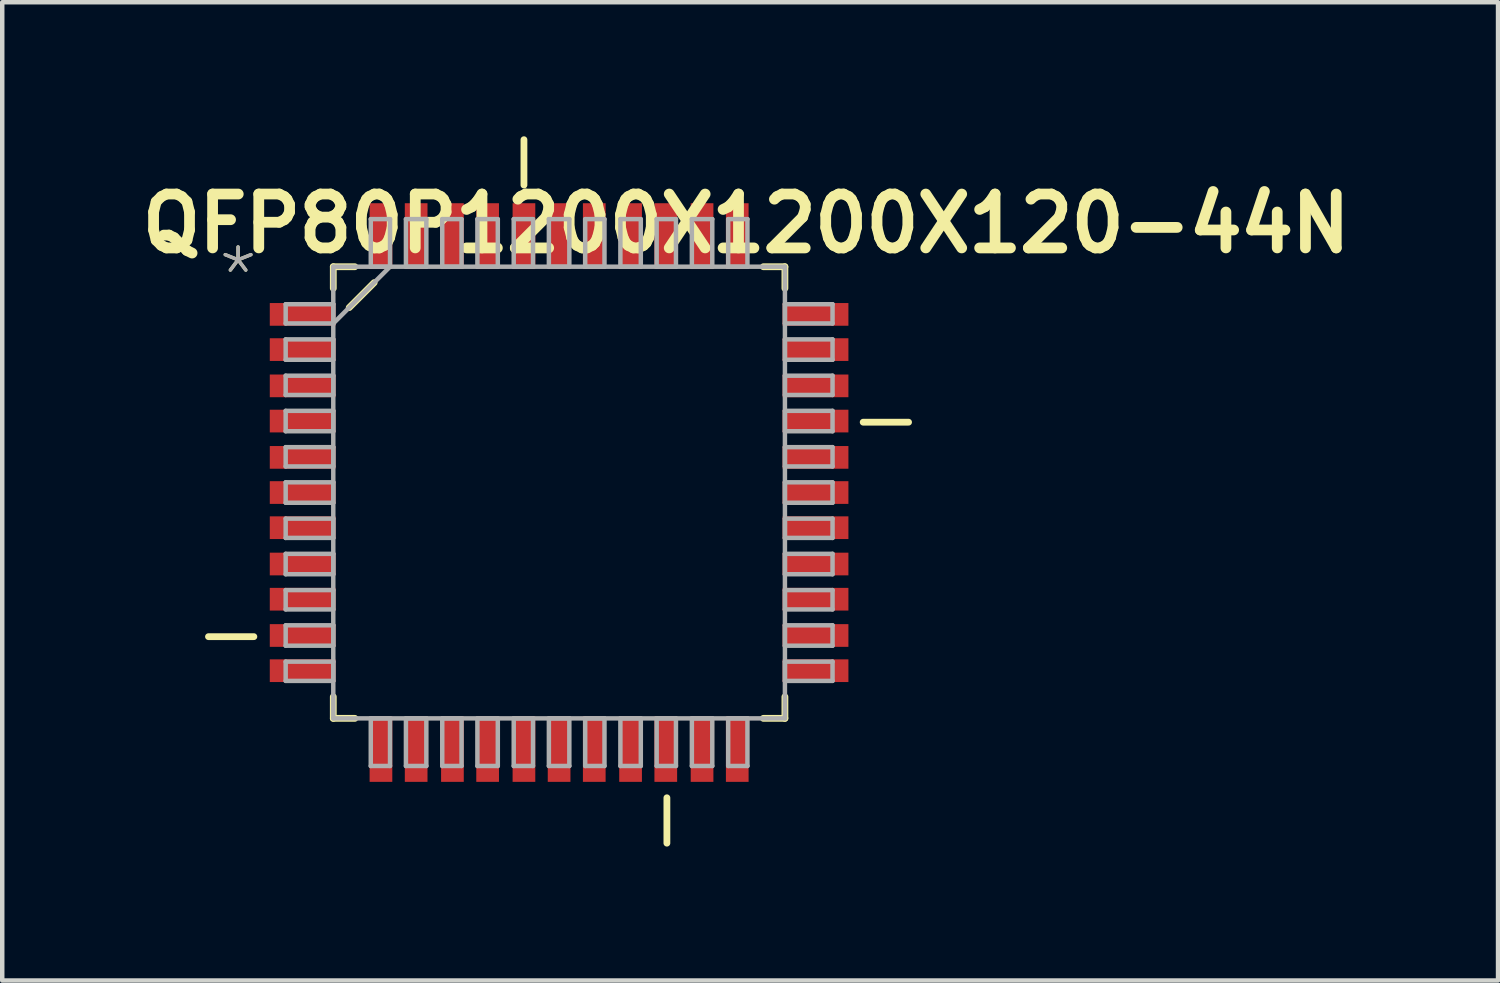
<source format=kicad_pcb>
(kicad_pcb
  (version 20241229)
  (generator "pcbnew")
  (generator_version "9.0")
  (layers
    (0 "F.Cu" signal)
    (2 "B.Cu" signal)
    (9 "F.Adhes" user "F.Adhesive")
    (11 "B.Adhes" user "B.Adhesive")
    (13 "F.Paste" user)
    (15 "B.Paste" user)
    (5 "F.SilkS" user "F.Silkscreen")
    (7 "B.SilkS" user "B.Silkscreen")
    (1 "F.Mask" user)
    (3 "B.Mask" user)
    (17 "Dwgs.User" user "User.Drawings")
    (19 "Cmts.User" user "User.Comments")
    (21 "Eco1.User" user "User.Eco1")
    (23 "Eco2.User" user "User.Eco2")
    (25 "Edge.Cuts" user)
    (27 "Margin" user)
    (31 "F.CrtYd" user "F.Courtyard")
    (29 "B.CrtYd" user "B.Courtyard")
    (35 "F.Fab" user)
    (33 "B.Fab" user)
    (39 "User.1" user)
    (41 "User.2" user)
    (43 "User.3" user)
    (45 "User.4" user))
  (footprint "QFP80P1200X1200X120-44N"
    (layer "F.Cu")
    (at 9.466 7.976)
    (property "Reference" "QFP80P1200X1200X120-44N" (at -9.466 -5.316 0) (layer "F.SilkS") (effects (font (size 1.206 1.206) (thickness 0.241)) (justify left bottom)))
    (attr through_hole)
    (fp_line (start -6.833 3.226) (end -7.849 3.226) (stroke (width 0.152) (type solid)) (layer "F.SilkS"))
    (fp_line (start -5.055 -5.055) (end -5.055 -4.572) (stroke (width 0.152) (type solid)) (layer "F.SilkS"))
    (fp_line (start -5.055 4.572) (end -5.055 5.055) (stroke (width 0.152) (type solid)) (layer "F.SilkS"))
    (fp_line (start -5.055 5.055) (end -4.572 5.055) (stroke (width 0.152) (type solid)) (layer "F.SilkS"))
    (fp_line (start -4.699 -4.14) (end -4.14 -4.699) (stroke (width 0.152) (type solid)) (layer "F.SilkS"))
    (fp_line (start -4.572 -5.055) (end -5.055 -5.055) (stroke (width 0.152) (type solid)) (layer "F.SilkS"))
    (fp_line (start -0.787 -7.899) (end -0.787 -6.883) (stroke (width 0.152) (type solid)) (layer "F.SilkS"))
    (fp_line (start 2.413 6.833) (end 2.413 7.849) (stroke (width 0.152) (type solid)) (layer "F.SilkS"))
    (fp_line (start 4.572 5.055) (end 5.055 5.055) (stroke (width 0.152) (type solid)) (layer "F.SilkS"))
    (fp_line (start 5.055 -5.055) (end 4.572 -5.055) (stroke (width 0.152) (type solid)) (layer "F.SilkS"))
    (fp_line (start 5.055 -4.572) (end 5.055 -5.055) (stroke (width 0.152) (type solid)) (layer "F.SilkS"))
    (fp_line (start 5.055 5.055) (end 5.055 4.572) (stroke (width 0.152) (type solid)) (layer "F.SilkS"))
    (fp_line (start 7.823 -1.575) (end 6.807 -1.575) (stroke (width 0.152) (type solid)) (layer "F.SilkS"))
    (fp_line (start -6.121 -4.216) (end -6.121 -3.785) (stroke (width 0.1) (type solid)) (layer "F.Fab"))
    (fp_line (start -6.121 -3.785) (end -5.055 -3.785) (stroke (width 0.1) (type solid)) (layer "F.Fab"))
    (fp_line (start -6.121 -3.429) (end -6.121 -2.972) (stroke (width 0.1) (type solid)) (layer "F.Fab"))
    (fp_line (start -6.121 -2.972) (end -5.055 -2.972) (stroke (width 0.1) (type solid)) (layer "F.Fab"))
    (fp_line (start -6.121 -2.616) (end -6.121 -2.184) (stroke (width 0.1) (type solid)) (layer "F.Fab"))
    (fp_line (start -6.121 -2.184) (end -5.055 -2.184) (stroke (width 0.1) (type solid)) (layer "F.Fab"))
    (fp_line (start -6.121 -1.829) (end -6.121 -1.372) (stroke (width 0.1) (type solid)) (layer "F.Fab"))
    (fp_line (start -6.121 -1.372) (end -5.055 -1.372) (stroke (width 0.1) (type solid)) (layer "F.Fab"))
    (fp_line (start -6.121 -1.016) (end -6.121 -0.584) (stroke (width 0.1) (type solid)) (layer "F.Fab"))
    (fp_line (start -6.121 -0.584) (end -5.055 -0.584) (stroke (width 0.1) (type solid)) (layer "F.Fab"))
    (fp_line (start -6.121 -0.229) (end -6.121 0.229) (stroke (width 0.1) (type solid)) (layer "F.Fab"))
    (fp_line (start -6.121 0.229) (end -5.055 0.229) (stroke (width 0.1) (type solid)) (layer "F.Fab"))
    (fp_line (start -6.121 0.584) (end -6.121 1.016) (stroke (width 0.1) (type solid)) (layer "F.Fab"))
    (fp_line (start -6.121 1.016) (end -5.055 1.016) (stroke (width 0.1) (type solid)) (layer "F.Fab"))
    (fp_line (start -6.121 1.372) (end -6.121 1.829) (stroke (width 0.1) (type solid)) (layer "F.Fab"))
    (fp_line (start -6.121 1.829) (end -5.055 1.829) (stroke (width 0.1) (type solid)) (layer "F.Fab"))
    (fp_line (start -6.121 2.184) (end -6.121 2.616) (stroke (width 0.1) (type solid)) (layer "F.Fab"))
    (fp_line (start -6.121 2.616) (end -5.055 2.616) (stroke (width 0.1) (type solid)) (layer "F.Fab"))
    (fp_line (start -6.121 2.972) (end -6.121 3.429) (stroke (width 0.1) (type solid)) (layer "F.Fab"))
    (fp_line (start -6.121 3.429) (end -5.055 3.429) (stroke (width 0.1) (type solid)) (layer "F.Fab"))
    (fp_line (start -6.121 3.785) (end -6.121 4.216) (stroke (width 0.1) (type solid)) (layer "F.Fab"))
    (fp_line (start -6.121 4.216) (end -5.055 4.216) (stroke (width 0.1) (type solid)) (layer "F.Fab"))
    (fp_line (start -5.055 -5.055) (end -5.055 5.055) (stroke (width 0.1) (type solid)) (layer "F.Fab"))
    (fp_line (start -5.055 -4.216) (end -6.121 -4.216) (stroke (width 0.1) (type solid)) (layer "F.Fab"))
    (fp_line (start -5.055 -3.785) (end -5.055 -4.216) (stroke (width 0.1) (type solid)) (layer "F.Fab"))
    (fp_line (start -5.055 -3.785) (end -3.785 -5.055) (stroke (width 0.1) (type solid)) (layer "F.Fab"))
    (fp_line (start -5.055 -3.429) (end -6.121 -3.429) (stroke (width 0.1) (type solid)) (layer "F.Fab"))
    (fp_line (start -5.055 -2.972) (end -5.055 -3.429) (stroke (width 0.1) (type solid)) (layer "F.Fab"))
    (fp_line (start -5.055 -2.616) (end -6.121 -2.616) (stroke (width 0.1) (type solid)) (layer "F.Fab"))
    (fp_line (start -5.055 -2.184) (end -5.055 -2.616) (stroke (width 0.1) (type solid)) (layer "F.Fab"))
    (fp_line (start -5.055 -1.829) (end -6.121 -1.829) (stroke (width 0.1) (type solid)) (layer "F.Fab"))
    (fp_line (start -5.055 -1.372) (end -5.055 -1.829) (stroke (width 0.1) (type solid)) (layer "F.Fab"))
    (fp_line (start -5.055 -1.016) (end -6.121 -1.016) (stroke (width 0.1) (type solid)) (layer "F.Fab"))
    (fp_line (start -5.055 -0.584) (end -5.055 -1.016) (stroke (width 0.1) (type solid)) (layer "F.Fab"))
    (fp_line (start -5.055 -0.229) (end -6.121 -0.229) (stroke (width 0.1) (type solid)) (layer "F.Fab"))
    (fp_line (start -5.055 0.229) (end -5.055 -0.229) (stroke (width 0.1) (type solid)) (layer "F.Fab"))
    (fp_line (start -5.055 0.584) (end -6.121 0.584) (stroke (width 0.1) (type solid)) (layer "F.Fab"))
    (fp_line (start -5.055 1.016) (end -5.055 0.584) (stroke (width 0.1) (type solid)) (layer "F.Fab"))
    (fp_line (start -5.055 1.372) (end -6.121 1.372) (stroke (width 0.1) (type solid)) (layer "F.Fab"))
    (fp_line (start -5.055 1.829) (end -5.055 1.372) (stroke (width 0.1) (type solid)) (layer "F.Fab"))
    (fp_line (start -5.055 2.184) (end -6.121 2.184) (stroke (width 0.1) (type solid)) (layer "F.Fab"))
    (fp_line (start -5.055 2.616) (end -5.055 2.184) (stroke (width 0.1) (type solid)) (layer "F.Fab"))
    (fp_line (start -5.055 2.972) (end -6.121 2.972) (stroke (width 0.1) (type solid)) (layer "F.Fab"))
    (fp_line (start -5.055 3.429) (end -5.055 2.972) (stroke (width 0.1) (type solid)) (layer "F.Fab"))
    (fp_line (start -5.055 3.785) (end -6.121 3.785) (stroke (width 0.1) (type solid)) (layer "F.Fab"))
    (fp_line (start -5.055 4.216) (end -5.055 3.785) (stroke (width 0.1) (type solid)) (layer "F.Fab"))
    (fp_line (start -5.055 5.055) (end 5.055 5.055) (stroke (width 0.1) (type solid)) (layer "F.Fab"))
    (fp_line (start -4.216 -6.121) (end -4.216 -5.055) (stroke (width 0.1) (type solid)) (layer "F.Fab"))
    (fp_line (start -4.216 -5.055) (end -3.785 -5.055) (stroke (width 0.1) (type solid)) (layer "F.Fab"))
    (fp_line (start -4.216 5.055) (end -4.216 6.121) (stroke (width 0.1) (type solid)) (layer "F.Fab"))
    (fp_line (start -4.216 6.121) (end -3.785 6.121) (stroke (width 0.1) (type solid)) (layer "F.Fab"))
    (fp_line (start -3.785 -6.121) (end -4.216 -6.121) (stroke (width 0.1) (type solid)) (layer "F.Fab"))
    (fp_line (start -3.785 -5.055) (end -3.785 -6.121) (stroke (width 0.1) (type solid)) (layer "F.Fab"))
    (fp_line (start -3.785 5.055) (end -4.216 5.055) (stroke (width 0.1) (type solid)) (layer "F.Fab"))
    (fp_line (start -3.785 6.121) (end -3.785 5.055) (stroke (width 0.1) (type solid)) (layer "F.Fab"))
    (fp_line (start -3.429 -6.121) (end -3.429 -5.055) (stroke (width 0.1) (type solid)) (layer "F.Fab"))
    (fp_line (start -3.429 -5.055) (end -2.972 -5.055) (stroke (width 0.1) (type solid)) (layer "F.Fab"))
    (fp_line (start -3.429 5.055) (end -3.429 6.121) (stroke (width 0.1) (type solid)) (layer "F.Fab"))
    (fp_line (start -3.429 6.121) (end -2.972 6.121) (stroke (width 0.1) (type solid)) (layer "F.Fab"))
    (fp_line (start -2.972 -6.121) (end -3.429 -6.121) (stroke (width 0.1) (type solid)) (layer "F.Fab"))
    (fp_line (start -2.972 -5.055) (end -2.972 -6.121) (stroke (width 0.1) (type solid)) (layer "F.Fab"))
    (fp_line (start -2.972 5.055) (end -3.429 5.055) (stroke (width 0.1) (type solid)) (layer "F.Fab"))
    (fp_line (start -2.972 6.121) (end -2.972 5.055) (stroke (width 0.1) (type solid)) (layer "F.Fab"))
    (fp_line (start -2.616 -6.121) (end -2.616 -5.055) (stroke (width 0.1) (type solid)) (layer "F.Fab"))
    (fp_line (start -2.616 -5.055) (end -2.184 -5.055) (stroke (width 0.1) (type solid)) (layer "F.Fab"))
    (fp_line (start -2.616 5.055) (end -2.616 6.121) (stroke (width 0.1) (type solid)) (layer "F.Fab"))
    (fp_line (start -2.616 6.121) (end -2.184 6.121) (stroke (width 0.1) (type solid)) (layer "F.Fab"))
    (fp_line (start -2.184 -6.121) (end -2.616 -6.121) (stroke (width 0.1) (type solid)) (layer "F.Fab"))
    (fp_line (start -2.184 -5.055) (end -2.184 -6.121) (stroke (width 0.1) (type solid)) (layer "F.Fab"))
    (fp_line (start -2.184 5.055) (end -2.616 5.055) (stroke (width 0.1) (type solid)) (layer "F.Fab"))
    (fp_line (start -2.184 6.121) (end -2.184 5.055) (stroke (width 0.1) (type solid)) (layer "F.Fab"))
    (fp_line (start -1.829 -6.121) (end -1.829 -5.055) (stroke (width 0.1) (type solid)) (layer "F.Fab"))
    (fp_line (start -1.829 -5.055) (end -1.372 -5.055) (stroke (width 0.1) (type solid)) (layer "F.Fab"))
    (fp_line (start -1.829 5.055) (end -1.829 6.121) (stroke (width 0.1) (type solid)) (layer "F.Fab"))
    (fp_line (start -1.829 6.121) (end -1.372 6.121) (stroke (width 0.1) (type solid)) (layer "F.Fab"))
    (fp_line (start -1.372 -6.121) (end -1.829 -6.121) (stroke (width 0.1) (type solid)) (layer "F.Fab"))
    (fp_line (start -1.372 -5.055) (end -1.372 -6.121) (stroke (width 0.1) (type solid)) (layer "F.Fab"))
    (fp_line (start -1.372 5.055) (end -1.829 5.055) (stroke (width 0.1) (type solid)) (layer "F.Fab"))
    (fp_line (start -1.372 6.121) (end -1.372 5.055) (stroke (width 0.1) (type solid)) (layer "F.Fab"))
    (fp_line (start -1.016 -6.121) (end -1.016 -5.055) (stroke (width 0.1) (type solid)) (layer "F.Fab"))
    (fp_line (start -1.016 -5.055) (end -0.584 -5.055) (stroke (width 0.1) (type solid)) (layer "F.Fab"))
    (fp_line (start -1.016 5.055) (end -1.016 6.121) (stroke (width 0.1) (type solid)) (layer "F.Fab"))
    (fp_line (start -1.016 6.121) (end -0.584 6.121) (stroke (width 0.1) (type solid)) (layer "F.Fab"))
    (fp_line (start -0.584 -6.121) (end -1.016 -6.121) (stroke (width 0.1) (type solid)) (layer "F.Fab"))
    (fp_line (start -0.584 -5.055) (end -0.584 -6.121) (stroke (width 0.1) (type solid)) (layer "F.Fab"))
    (fp_line (start -0.584 5.055) (end -1.016 5.055) (stroke (width 0.1) (type solid)) (layer "F.Fab"))
    (fp_line (start -0.584 6.121) (end -0.584 5.055) (stroke (width 0.1) (type solid)) (layer "F.Fab"))
    (fp_line (start -0.229 -6.121) (end -0.229 -5.055) (stroke (width 0.1) (type solid)) (layer "F.Fab"))
    (fp_line (start -0.229 -5.055) (end 0.229 -5.055) (stroke (width 0.1) (type solid)) (layer "F.Fab"))
    (fp_line (start -0.229 5.055) (end -0.229 6.121) (stroke (width 0.1) (type solid)) (layer "F.Fab"))
    (fp_line (start -0.229 6.121) (end 0.229 6.121) (stroke (width 0.1) (type solid)) (layer "F.Fab"))
    (fp_line (start 0.229 -6.121) (end -0.229 -6.121) (stroke (width 0.1) (type solid)) (layer "F.Fab"))
    (fp_line (start 0.229 -5.055) (end 0.229 -6.121) (stroke (width 0.1) (type solid)) (layer "F.Fab"))
    (fp_line (start 0.229 5.055) (end -0.229 5.055) (stroke (width 0.1) (type solid)) (layer "F.Fab"))
    (fp_line (start 0.229 6.121) (end 0.229 5.055) (stroke (width 0.1) (type solid)) (layer "F.Fab"))
    (fp_line (start 0.584 -6.121) (end 0.584 -5.055) (stroke (width 0.1) (type solid)) (layer "F.Fab"))
    (fp_line (start 0.584 -5.055) (end 1.016 -5.055) (stroke (width 0.1) (type solid)) (layer "F.Fab"))
    (fp_line (start 0.584 5.055) (end 0.584 6.121) (stroke (width 0.1) (type solid)) (layer "F.Fab"))
    (fp_line (start 0.584 6.121) (end 1.016 6.121) (stroke (width 0.1) (type solid)) (layer "F.Fab"))
    (fp_line (start 1.016 -6.121) (end 0.584 -6.121) (stroke (width 0.1) (type solid)) (layer "F.Fab"))
    (fp_line (start 1.016 -5.055) (end 1.016 -6.121) (stroke (width 0.1) (type solid)) (layer "F.Fab"))
    (fp_line (start 1.016 5.055) (end 0.584 5.055) (stroke (width 0.1) (type solid)) (layer "F.Fab"))
    (fp_line (start 1.016 6.121) (end 1.016 5.055) (stroke (width 0.1) (type solid)) (layer "F.Fab"))
    (fp_line (start 1.372 -6.121) (end 1.372 -5.055) (stroke (width 0.1) (type solid)) (layer "F.Fab"))
    (fp_line (start 1.372 -5.055) (end 1.829 -5.055) (stroke (width 0.1) (type solid)) (layer "F.Fab"))
    (fp_line (start 1.372 5.055) (end 1.372 6.121) (stroke (width 0.1) (type solid)) (layer "F.Fab"))
    (fp_line (start 1.372 6.121) (end 1.829 6.121) (stroke (width 0.1) (type solid)) (layer "F.Fab"))
    (fp_line (start 1.829 -6.121) (end 1.372 -6.121) (stroke (width 0.1) (type solid)) (layer "F.Fab"))
    (fp_line (start 1.829 -5.055) (end 1.829 -6.121) (stroke (width 0.1) (type solid)) (layer "F.Fab"))
    (fp_line (start 1.829 5.055) (end 1.372 5.055) (stroke (width 0.1) (type solid)) (layer "F.Fab"))
    (fp_line (start 1.829 6.121) (end 1.829 5.055) (stroke (width 0.1) (type solid)) (layer "F.Fab"))
    (fp_line (start 2.184 -6.121) (end 2.184 -5.055) (stroke (width 0.1) (type solid)) (layer "F.Fab"))
    (fp_line (start 2.184 -5.055) (end 2.616 -5.055) (stroke (width 0.1) (type solid)) (layer "F.Fab"))
    (fp_line (start 2.184 5.055) (end 2.184 6.121) (stroke (width 0.1) (type solid)) (layer "F.Fab"))
    (fp_line (start 2.184 6.121) (end 2.616 6.121) (stroke (width 0.1) (type solid)) (layer "F.Fab"))
    (fp_line (start 2.616 -6.121) (end 2.184 -6.121) (stroke (width 0.1) (type solid)) (layer "F.Fab"))
    (fp_line (start 2.616 -5.055) (end 2.616 -6.121) (stroke (width 0.1) (type solid)) (layer "F.Fab"))
    (fp_line (start 2.616 5.055) (end 2.184 5.055) (stroke (width 0.1) (type solid)) (layer "F.Fab"))
    (fp_line (start 2.616 6.121) (end 2.616 5.055) (stroke (width 0.1) (type solid)) (layer "F.Fab"))
    (fp_line (start 2.972 -6.121) (end 2.972 -5.055) (stroke (width 0.1) (type solid)) (layer "F.Fab"))
    (fp_line (start 2.972 -5.055) (end 3.429 -5.055) (stroke (width 0.1) (type solid)) (layer "F.Fab"))
    (fp_line (start 2.972 5.055) (end 2.972 6.121) (stroke (width 0.1) (type solid)) (layer "F.Fab"))
    (fp_line (start 2.972 6.121) (end 3.429 6.121) (stroke (width 0.1) (type solid)) (layer "F.Fab"))
    (fp_line (start 3.429 -6.121) (end 2.972 -6.121) (stroke (width 0.1) (type solid)) (layer "F.Fab"))
    (fp_line (start 3.429 -5.055) (end 3.429 -6.121) (stroke (width 0.1) (type solid)) (layer "F.Fab"))
    (fp_line (start 3.429 5.055) (end 2.972 5.055) (stroke (width 0.1) (type solid)) (layer "F.Fab"))
    (fp_line (start 3.429 6.121) (end 3.429 5.055) (stroke (width 0.1) (type solid)) (layer "F.Fab"))
    (fp_line (start 3.785 -6.121) (end 3.785 -5.055) (stroke (width 0.1) (type solid)) (layer "F.Fab"))
    (fp_line (start 3.785 -5.055) (end 4.216 -5.055) (stroke (width 0.1) (type solid)) (layer "F.Fab"))
    (fp_line (start 3.785 5.055) (end 3.785 6.121) (stroke (width 0.1) (type solid)) (layer "F.Fab"))
    (fp_line (start 3.785 6.121) (end 4.216 6.121) (stroke (width 0.1) (type solid)) (layer "F.Fab"))
    (fp_line (start 4.216 -6.121) (end 3.785 -6.121) (stroke (width 0.1) (type solid)) (layer "F.Fab"))
    (fp_line (start 4.216 -5.055) (end 4.216 -6.121) (stroke (width 0.1) (type solid)) (layer "F.Fab"))
    (fp_line (start 4.216 5.055) (end 3.785 5.055) (stroke (width 0.1) (type solid)) (layer "F.Fab"))
    (fp_line (start 4.216 6.121) (end 4.216 5.055) (stroke (width 0.1) (type solid)) (layer "F.Fab"))
    (fp_line (start 5.055 -5.055) (end -5.055 -5.055) (stroke (width 0.1) (type solid)) (layer "F.Fab"))
    (fp_line (start 5.055 -4.216) (end 5.055 -3.785) (stroke (width 0.1) (type solid)) (layer "F.Fab"))
    (fp_line (start 5.055 -3.785) (end 6.121 -3.785) (stroke (width 0.1) (type solid)) (layer "F.Fab"))
    (fp_line (start 5.055 -3.429) (end 5.055 -2.972) (stroke (width 0.1) (type solid)) (layer "F.Fab"))
    (fp_line (start 5.055 -2.972) (end 6.121 -2.972) (stroke (width 0.1) (type solid)) (layer "F.Fab"))
    (fp_line (start 5.055 -2.616) (end 5.055 -2.184) (stroke (width 0.1) (type solid)) (layer "F.Fab"))
    (fp_line (start 5.055 -2.184) (end 6.121 -2.184) (stroke (width 0.1) (type solid)) (layer "F.Fab"))
    (fp_line (start 5.055 -1.829) (end 5.055 -1.372) (stroke (width 0.1) (type solid)) (layer "F.Fab"))
    (fp_line (start 5.055 -1.372) (end 6.121 -1.372) (stroke (width 0.1) (type solid)) (layer "F.Fab"))
    (fp_line (start 5.055 -1.016) (end 5.055 -0.584) (stroke (width 0.1) (type solid)) (layer "F.Fab"))
    (fp_line (start 5.055 -0.584) (end 6.121 -0.584) (stroke (width 0.1) (type solid)) (layer "F.Fab"))
    (fp_line (start 5.055 -0.229) (end 5.055 0.229) (stroke (width 0.1) (type solid)) (layer "F.Fab"))
    (fp_line (start 5.055 0.229) (end 6.121 0.229) (stroke (width 0.1) (type solid)) (layer "F.Fab"))
    (fp_line (start 5.055 0.584) (end 5.055 1.016) (stroke (width 0.1) (type solid)) (layer "F.Fab"))
    (fp_line (start 5.055 1.016) (end 6.121 1.016) (stroke (width 0.1) (type solid)) (layer "F.Fab"))
    (fp_line (start 5.055 1.372) (end 5.055 1.829) (stroke (width 0.1) (type solid)) (layer "F.Fab"))
    (fp_line (start 5.055 1.829) (end 6.121 1.829) (stroke (width 0.1) (type solid)) (layer "F.Fab"))
    (fp_line (start 5.055 2.184) (end 5.055 2.616) (stroke (width 0.1) (type solid)) (layer "F.Fab"))
    (fp_line (start 5.055 2.616) (end 6.121 2.616) (stroke (width 0.1) (type solid)) (layer "F.Fab"))
    (fp_line (start 5.055 2.972) (end 5.055 3.429) (stroke (width 0.1) (type solid)) (layer "F.Fab"))
    (fp_line (start 5.055 3.429) (end 6.121 3.429) (stroke (width 0.1) (type solid)) (layer "F.Fab"))
    (fp_line (start 5.055 3.785) (end 5.055 4.216) (stroke (width 0.1) (type solid)) (layer "F.Fab"))
    (fp_line (start 5.055 4.216) (end 6.121 4.216) (stroke (width 0.1) (type solid)) (layer "F.Fab"))
    (fp_line (start 5.055 5.055) (end 5.055 -5.055) (stroke (width 0.1) (type solid)) (layer "F.Fab"))
    (fp_line (start 6.121 -4.216) (end 5.055 -4.216) (stroke (width 0.1) (type solid)) (layer "F.Fab"))
    (fp_line (start 6.121 -3.785) (end 6.121 -4.216) (stroke (width 0.1) (type solid)) (layer "F.Fab"))
    (fp_line (start 6.121 -3.429) (end 5.055 -3.429) (stroke (width 0.1) (type solid)) (layer "F.Fab"))
    (fp_line (start 6.121 -2.972) (end 6.121 -3.429) (stroke (width 0.1) (type solid)) (layer "F.Fab"))
    (fp_line (start 6.121 -2.616) (end 5.055 -2.616) (stroke (width 0.1) (type solid)) (layer "F.Fab"))
    (fp_line (start 6.121 -2.184) (end 6.121 -2.616) (stroke (width 0.1) (type solid)) (layer "F.Fab"))
    (fp_line (start 6.121 -1.829) (end 5.055 -1.829) (stroke (width 0.1) (type solid)) (layer "F.Fab"))
    (fp_line (start 6.121 -1.372) (end 6.121 -1.829) (stroke (width 0.1) (type solid)) (layer "F.Fab"))
    (fp_line (start 6.121 -1.016) (end 5.055 -1.016) (stroke (width 0.1) (type solid)) (layer "F.Fab"))
    (fp_line (start 6.121 -0.584) (end 6.121 -1.016) (stroke (width 0.1) (type solid)) (layer "F.Fab"))
    (fp_line (start 6.121 -0.229) (end 5.055 -0.229) (stroke (width 0.1) (type solid)) (layer "F.Fab"))
    (fp_line (start 6.121 0.229) (end 6.121 -0.229) (stroke (width 0.1) (type solid)) (layer "F.Fab"))
    (fp_line (start 6.121 0.584) (end 5.055 0.584) (stroke (width 0.1) (type solid)) (layer "F.Fab"))
    (fp_line (start 6.121 1.016) (end 6.121 0.584) (stroke (width 0.1) (type solid)) (layer "F.Fab"))
    (fp_line (start 6.121 1.372) (end 5.055 1.372) (stroke (width 0.1) (type solid)) (layer "F.Fab"))
    (fp_line (start 6.121 1.829) (end 6.121 1.372) (stroke (width 0.1) (type solid)) (layer "F.Fab"))
    (fp_line (start 6.121 2.184) (end 5.055 2.184) (stroke (width 0.1) (type solid)) (layer "F.Fab"))
    (fp_line (start 6.121 2.616) (end 6.121 2.184) (stroke (width 0.1) (type solid)) (layer "F.Fab"))
    (fp_line (start 6.121 2.972) (end 5.055 2.972) (stroke (width 0.1) (type solid)) (layer "F.Fab"))
    (fp_line (start 6.121 3.429) (end 6.121 2.972) (stroke (width 0.1) (type solid)) (layer "F.Fab"))
    (fp_line (start 6.121 3.785) (end 5.055 3.785) (stroke (width 0.1) (type solid)) (layer "F.Fab"))
    (fp_line (start 6.121 4.216) (end 6.121 3.785) (stroke (width 0.1) (type solid)) (layer "F.Fab"))
    (fp_text user "*" (at -7.696 -4.14 0) (layer "F.SilkS") (effects (font (size 1.206 1.206) (thickness 0.076)) (justify left bottom)))
    (fp_text user "*" (at -7.696 -4.14 0) (layer "F.Fab") (effects (font (size 1.206 1.206) (thickness 0.076)) (justify left bottom)))
    (pad "1" smd rect (at -5.74 -3.988 270) (size 0.508 1.473) (layers "F.Cu" "F.Mask" "F.Paste"))
    (pad "2" smd rect (at -5.74 -3.2 270) (size 0.508 1.473) (layers "F.Cu" "F.Mask" "F.Paste"))
    (pad "3" smd rect (at -5.74 -2.388 270) (size 0.508 1.473) (layers "F.Cu" "F.Mask" "F.Paste"))
    (pad "4" smd rect (at -5.74 -1.6 270) (size 0.508 1.473) (layers "F.Cu" "F.Mask" "F.Paste"))
    (pad "5" smd rect (at -5.74 -0.787 270) (size 0.508 1.473) (layers "F.Cu" "F.Mask" "F.Paste"))
    (pad "6" smd rect (at -5.74 0 270) (size 0.508 1.473) (layers "F.Cu" "F.Mask" "F.Paste"))
    (pad "7" smd rect (at -5.74 0.787 270) (size 0.508 1.473) (layers "F.Cu" "F.Mask" "F.Paste"))
    (pad "8" smd rect (at -5.74 1.6 270) (size 0.508 1.473) (layers "F.Cu" "F.Mask" "F.Paste"))
    (pad "9" smd rect (at -5.74 2.388 270) (size 0.508 1.473) (layers "F.Cu" "F.Mask" "F.Paste"))
    (pad "10" smd rect (at -5.74 3.2 270) (size 0.508 1.473) (layers "F.Cu" "F.Mask" "F.Paste"))
    (pad "11" smd rect (at -5.74 3.988 270) (size 0.508 1.473) (layers "F.Cu" "F.Mask" "F.Paste"))
    (pad "12" smd rect (at -3.988 5.74 180) (size 0.508 1.473) (layers "F.Cu" "F.Mask" "F.Paste"))
    (pad "13" smd rect (at -3.2 5.74 180) (size 0.508 1.473) (layers "F.Cu" "F.Mask" "F.Paste"))
    (pad "14" smd rect (at -2.388 5.74 180) (size 0.508 1.473) (layers "F.Cu" "F.Mask" "F.Paste"))
    (pad "15" smd rect (at -1.6 5.74 180) (size 0.508 1.473) (layers "F.Cu" "F.Mask" "F.Paste"))
    (pad "16" smd rect (at -0.787 5.74 180) (size 0.508 1.473) (layers "F.Cu" "F.Mask" "F.Paste"))
    (pad "17" smd rect (at 0 5.74 180) (size 0.508 1.473) (layers "F.Cu" "F.Mask" "F.Paste"))
    (pad "18" smd rect (at 0.787 5.74 180) (size 0.508 1.473) (layers "F.Cu" "F.Mask" "F.Paste"))
    (pad "19" smd rect (at 1.6 5.74 180) (size 0.508 1.473) (layers "F.Cu" "F.Mask" "F.Paste"))
    (pad "20" smd rect (at 2.388 5.74 180) (size 0.508 1.473) (layers "F.Cu" "F.Mask" "F.Paste"))
    (pad "21" smd rect (at 3.2 5.74 180) (size 0.508 1.473) (layers "F.Cu" "F.Mask" "F.Paste"))
    (pad "22" smd rect (at 3.988 5.74 180) (size 0.508 1.473) (layers "F.Cu" "F.Mask" "F.Paste"))
    (pad "23" smd rect (at 5.74 3.988 270) (size 0.508 1.473) (layers "F.Cu" "F.Mask" "F.Paste"))
    (pad "24" smd rect (at 5.74 3.2 270) (size 0.508 1.473) (layers "F.Cu" "F.Mask" "F.Paste"))
    (pad "25" smd rect (at 5.74 2.388 270) (size 0.508 1.473) (layers "F.Cu" "F.Mask" "F.Paste"))
    (pad "26" smd rect (at 5.74 1.6 270) (size 0.508 1.473) (layers "F.Cu" "F.Mask" "F.Paste"))
    (pad "27" smd rect (at 5.74 0.787 270) (size 0.508 1.473) (layers "F.Cu" "F.Mask" "F.Paste"))
    (pad "28" smd rect (at 5.74 0 270) (size 0.508 1.473) (layers "F.Cu" "F.Mask" "F.Paste"))
    (pad "29" smd rect (at 5.74 -0.787 270) (size 0.508 1.473) (layers "F.Cu" "F.Mask" "F.Paste"))
    (pad "30" smd rect (at 5.74 -1.6 270) (size 0.508 1.473) (layers "F.Cu" "F.Mask" "F.Paste"))
    (pad "31" smd rect (at 5.74 -2.388 270) (size 0.508 1.473) (layers "F.Cu" "F.Mask" "F.Paste"))
    (pad "32" smd rect (at 5.74 -3.2 270) (size 0.508 1.473) (layers "F.Cu" "F.Mask" "F.Paste"))
    (pad "33" smd rect (at 5.74 -3.988 270) (size 0.508 1.473) (layers "F.Cu" "F.Mask" "F.Paste"))
    (pad "34" smd rect (at 3.988 -5.74 180) (size 0.508 1.473) (layers "F.Cu" "F.Mask" "F.Paste"))
    (pad "35" smd rect (at 3.2 -5.74 180) (size 0.508 1.473) (layers "F.Cu" "F.Mask" "F.Paste"))
    (pad "36" smd rect (at 2.388 -5.74 180) (size 0.508 1.473) (layers "F.Cu" "F.Mask" "F.Paste"))
    (pad "37" smd rect (at 1.6 -5.74 180) (size 0.508 1.473) (layers "F.Cu" "F.Mask" "F.Paste"))
    (pad "38" smd rect (at 0.787 -5.74 180) (size 0.508 1.473) (layers "F.Cu" "F.Mask" "F.Paste"))
    (pad "39" smd rect (at 0 -5.74 180) (size 0.508 1.473) (layers "F.Cu" "F.Mask" "F.Paste"))
    (pad "40" smd rect (at -0.787 -5.74 180) (size 0.508 1.473) (layers "F.Cu" "F.Mask" "F.Paste"))
    (pad "41" smd rect (at -1.6 -5.74 180) (size 0.508 1.473) (layers "F.Cu" "F.Mask" "F.Paste"))
    (pad "42" smd rect (at -2.388 -5.74 180) (size 0.508 1.473) (layers "F.Cu" "F.Mask" "F.Paste"))
    (pad "43" smd rect (at -3.2 -5.74 180) (size 0.508 1.473) (layers "F.Cu" "F.Mask" "F.Paste"))
    (pad "44" smd rect (at -3.988 -5.74 180) (size 0.508 1.473) (layers "F.Cu" "F.Mask" "F.Paste")))
  (gr_rect
    (start -3 -3)
    (end 30.485 18.9)
    (stroke (width 0.1) (type default))
    (fill no)
    (layer "Edge.Cuts")))
</source>
